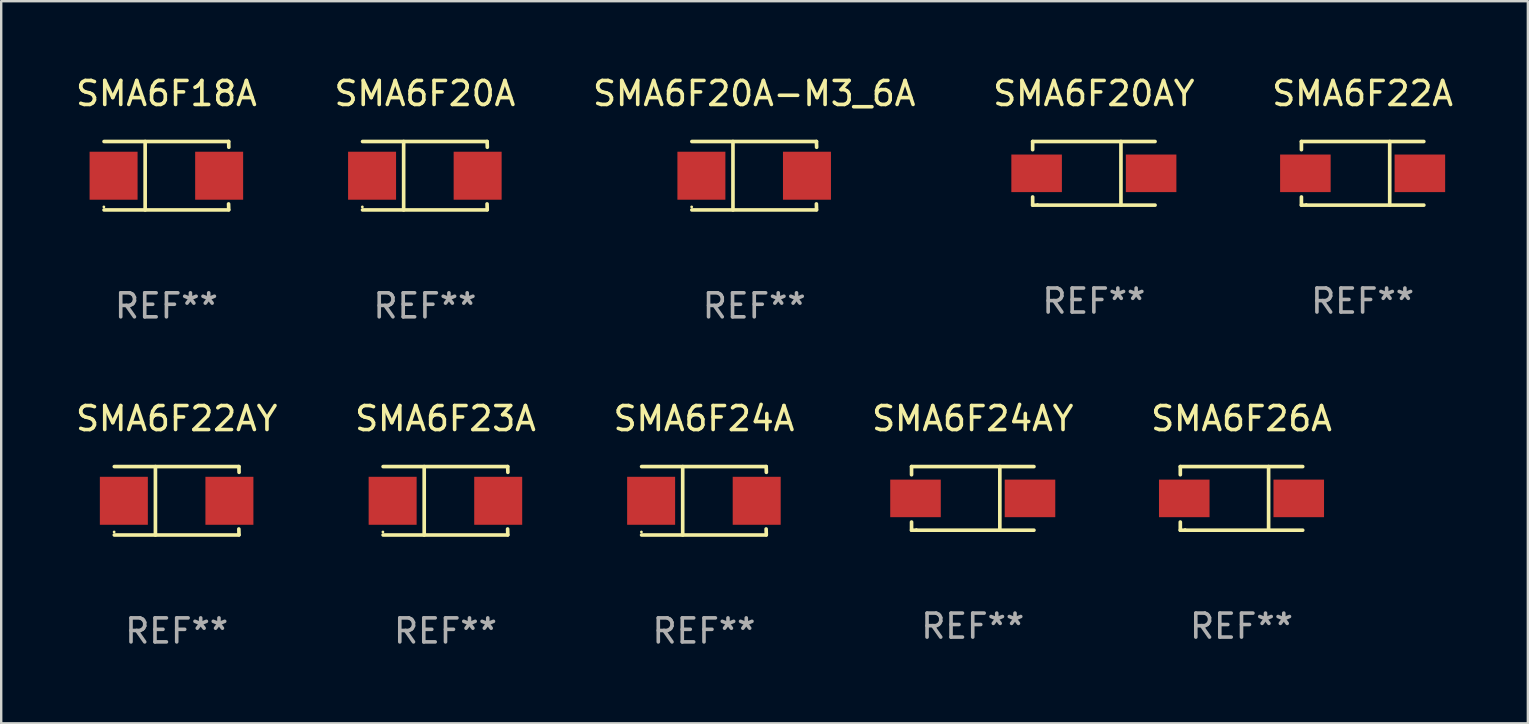
<source format=kicad_pcb>
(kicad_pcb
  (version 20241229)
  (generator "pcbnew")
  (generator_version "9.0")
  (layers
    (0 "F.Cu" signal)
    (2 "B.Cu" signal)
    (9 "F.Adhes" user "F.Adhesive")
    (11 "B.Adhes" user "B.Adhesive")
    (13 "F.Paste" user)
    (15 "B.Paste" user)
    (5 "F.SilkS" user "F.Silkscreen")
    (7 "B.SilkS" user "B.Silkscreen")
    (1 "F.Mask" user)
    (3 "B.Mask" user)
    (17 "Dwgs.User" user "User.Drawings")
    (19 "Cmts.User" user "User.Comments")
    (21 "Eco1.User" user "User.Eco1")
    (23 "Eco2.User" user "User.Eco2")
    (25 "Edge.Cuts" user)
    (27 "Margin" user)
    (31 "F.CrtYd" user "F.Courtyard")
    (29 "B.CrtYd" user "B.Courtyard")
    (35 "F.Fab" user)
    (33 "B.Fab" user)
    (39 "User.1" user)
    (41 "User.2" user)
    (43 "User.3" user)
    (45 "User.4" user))
  (footprint "SMA6F20A-M3_6A"
    (layer "F.Cu")
    (at 28.387 4.274)
    (property "Reference" "SMA6F20A-M3_6A" (at 0 -3.426 0) (layer "F.SilkS") (effects (font (size 1 1) (thickness 0.15))))
    (attr through_hole)
    (fp_line (start -2.6 -1.426) (end 2.593 -1.426) (stroke (width 0.152) (type solid)) (layer "F.SilkS"))
    (fp_line (start -2.6 1.426) (end 2.593 1.426) (stroke (width 0.152) (type solid)) (layer "F.SilkS"))
    (fp_line (start -0.887 -1.426) (end -0.887 1.426) (stroke (width 0.152) (type solid)) (layer "F.SilkS"))
    (fp_line (start 2.59 1.176) (end 2.597 1.415) (stroke (width 0.152) (type solid)) (layer "F.SilkS"))
    (fp_line (start 2.593 -1.426) (end 2.6 -1.187) (stroke (width 0.152) (type solid)) (layer "F.SilkS"))
    (fp_circle (center -2.608 1.3) (end -2.578 1.3) (stroke (width 0.06) (type solid)) (fill no) (layer "F.SilkS"))
    (fp_text user "REF**" (at 0 5.426 0) (layer "F.Fab") (effects (font (size 1 1) (thickness 0.15))))
    (pad "1" smd rect (at -2.203 0 180) (size 2 2) (layers "F.Cu" "F.Mask" "F.Paste"))
    (pad "2" smd rect (at 2.197 0 180) (size 2 2) (layers "F.Cu" "F.Mask" "F.Paste")))
  (footprint "SMA6F24A"
    (layer "F.Cu")
    (at 26.292 17.823)
    (property "Reference" "SMA6F24A" (at 0 -3.426 0) (layer "F.SilkS") (effects (font (size 1 1) (thickness 0.15))))
    (attr through_hole)
    (fp_line (start -2.6 -1.426) (end 2.593 -1.426) (stroke (width 0.152) (type solid)) (layer "F.SilkS"))
    (fp_line (start -2.6 1.426) (end 2.593 1.426) (stroke (width 0.152) (type solid)) (layer "F.SilkS"))
    (fp_line (start -0.887 -1.426) (end -0.887 1.426) (stroke (width 0.152) (type solid)) (layer "F.SilkS"))
    (fp_line (start 2.59 1.176) (end 2.597 1.415) (stroke (width 0.152) (type solid)) (layer "F.SilkS"))
    (fp_line (start 2.593 -1.426) (end 2.6 -1.187) (stroke (width 0.152) (type solid)) (layer "F.SilkS"))
    (fp_circle (center -2.608 1.3) (end -2.578 1.3) (stroke (width 0.06) (type solid)) (fill no) (layer "F.SilkS"))
    (fp_text user "REF**" (at 0 5.426 0) (layer "F.Fab") (effects (font (size 1 1) (thickness 0.15))))
    (pad "1" smd rect (at -2.203 0 180) (size 2 2) (layers "F.Cu" "F.Mask" "F.Paste"))
    (pad "2" smd rect (at 2.197 0 180) (size 2 2) (layers "F.Cu" "F.Mask" "F.Paste")))
  (footprint "SMA6F23A"
    (layer "F.Cu")
    (at 15.518 17.823)
    (property "Reference" "SMA6F23A" (at 0 -3.426 0) (layer "F.SilkS") (effects (font (size 1 1) (thickness 0.15))))
    (attr through_hole)
    (fp_line (start -2.6 -1.426) (end 2.593 -1.426) (stroke (width 0.152) (type solid)) (layer "F.SilkS"))
    (fp_line (start -2.6 1.426) (end 2.593 1.426) (stroke (width 0.152) (type solid)) (layer "F.SilkS"))
    (fp_line (start -0.887 -1.426) (end -0.887 1.426) (stroke (width 0.152) (type solid)) (layer "F.SilkS"))
    (fp_line (start 2.59 1.176) (end 2.597 1.415) (stroke (width 0.152) (type solid)) (layer "F.SilkS"))
    (fp_line (start 2.593 -1.426) (end 2.6 -1.187) (stroke (width 0.152) (type solid)) (layer "F.SilkS"))
    (fp_circle (center -2.608 1.3) (end -2.578 1.3) (stroke (width 0.06) (type solid)) (fill no) (layer "F.SilkS"))
    (fp_text user "REF**" (at 0 5.426 0) (layer "F.Fab") (effects (font (size 1 1) (thickness 0.15))))
    (pad "1" smd rect (at -2.203 0 180) (size 2 2) (layers "F.Cu" "F.Mask" "F.Paste"))
    (pad "2" smd rect (at 2.197 0 180) (size 2 2) (layers "F.Cu" "F.Mask" "F.Paste")))
  (footprint "SMA6F20AY"
    (layer "F.Cu")
    (at 42.542 4.174)
    (property "Reference" "SMA6F20AY" (at 0 -3.326 0) (layer "F.SilkS") (effects (font (size 1 1) (thickness 0.15))))
    (attr through_hole)
    (fp_line (start -2.551 -1.326) (end -2.551 -0.986) (stroke (width 0.152) (type solid)) (layer "F.SilkS"))
    (fp_line (start -2.551 1.326) (end -2.551 0.986) (stroke (width 0.152) (type solid)) (layer "F.SilkS"))
    (fp_line (start 1.129 1.326) (end 1.129 -1.326) (stroke (width 0.152) (type solid)) (layer "F.SilkS"))
    (fp_line (start 2.551 -1.326) (end -2.551 -1.326) (stroke (width 0.152) (type solid)) (layer "F.SilkS"))
    (fp_line (start 2.551 1.326) (end -2.551 1.326) (stroke (width 0.152) (type solid)) (layer "F.SilkS"))
    (fp_circle (center -2.35 1.3) (end -2.32 1.3) (stroke (width 0.06) (type solid)) (fill no) (layer "F.SilkS"))
    (fp_text user "REF**" (at 0 5.326 0) (layer "F.Fab") (effects (font (size 1 1) (thickness 0.15))))
    (pad "1" smd rect (at -2.386 0) (size 2.107 1.566) (layers "F.Cu" "F.Mask" "F.Paste"))
    (pad "2" smd rect (at 2.386 0) (size 2.107 1.566) (layers "F.Cu" "F.Mask" "F.Paste")))
  (footprint "SMA6F22AY"
    (layer "F.Cu")
    (at 4.315 17.823)
    (property "Reference" "SMA6F22AY" (at 0 -3.426 0) (layer "F.SilkS") (effects (font (size 1 1) (thickness 0.15))))
    (attr through_hole)
    (fp_line (start -2.6 -1.426) (end 2.593 -1.426) (stroke (width 0.152) (type solid)) (layer "F.SilkS"))
    (fp_line (start -2.6 1.426) (end 2.593 1.426) (stroke (width 0.152) (type solid)) (layer "F.SilkS"))
    (fp_line (start -0.887 -1.426) (end -0.887 1.426) (stroke (width 0.152) (type solid)) (layer "F.SilkS"))
    (fp_line (start 2.59 1.176) (end 2.597 1.415) (stroke (width 0.152) (type solid)) (layer "F.SilkS"))
    (fp_line (start 2.593 -1.426) (end 2.6 -1.187) (stroke (width 0.152) (type solid)) (layer "F.SilkS"))
    (fp_circle (center -2.608 1.3) (end -2.578 1.3) (stroke (width 0.06) (type solid)) (fill no) (layer "F.SilkS"))
    (fp_text user "REF**" (at 0 5.426 0) (layer "F.Fab") (effects (font (size 1 1) (thickness 0.15))))
    (pad "1" smd rect (at -2.203 0 180) (size 2 2) (layers "F.Cu" "F.Mask" "F.Paste"))
    (pad "2" smd rect (at 2.197 0 180) (size 2 2) (layers "F.Cu" "F.Mask" "F.Paste")))
  (footprint "SMA6F18A"
    (layer "F.Cu")
    (at 3.887 4.274)
    (property "Reference" "SMA6F18A" (at 0 -3.426 0) (layer "F.SilkS") (effects (font (size 1 1) (thickness 0.15))))
    (attr through_hole)
    (fp_line (start -2.6 -1.426) (end 2.593 -1.426) (stroke (width 0.152) (type solid)) (layer "F.SilkS"))
    (fp_line (start -2.6 1.426) (end 2.593 1.426) (stroke (width 0.152) (type solid)) (layer "F.SilkS"))
    (fp_line (start -0.887 -1.426) (end -0.887 1.426) (stroke (width 0.152) (type solid)) (layer "F.SilkS"))
    (fp_line (start 2.59 1.176) (end 2.597 1.415) (stroke (width 0.152) (type solid)) (layer "F.SilkS"))
    (fp_line (start 2.593 -1.426) (end 2.6 -1.187) (stroke (width 0.152) (type solid)) (layer "F.SilkS"))
    (fp_circle (center -2.608 1.3) (end -2.578 1.3) (stroke (width 0.06) (type solid)) (fill no) (layer "F.SilkS"))
    (fp_text user "REF**" (at 0 5.426 0) (layer "F.Fab") (effects (font (size 1 1) (thickness 0.15))))
    (pad "1" smd rect (at -2.203 0 180) (size 2 2) (layers "F.Cu" "F.Mask" "F.Paste"))
    (pad "2" smd rect (at 2.197 0 180) (size 2 2) (layers "F.Cu" "F.Mask" "F.Paste")))
  (footprint "SMA6F22A"
    (layer "F.Cu")
    (at 53.744 4.174)
    (property "Reference" "SMA6F22A" (at 0 -3.326 0) (layer "F.SilkS") (effects (font (size 1 1) (thickness 0.15))))
    (attr through_hole)
    (fp_line (start -2.551 -1.326) (end -2.551 -0.986) (stroke (width 0.152) (type solid)) (layer "F.SilkS"))
    (fp_line (start -2.551 1.326) (end -2.551 0.986) (stroke (width 0.152) (type solid)) (layer "F.SilkS"))
    (fp_line (start 1.129 1.326) (end 1.129 -1.326) (stroke (width 0.152) (type solid)) (layer "F.SilkS"))
    (fp_line (start 2.551 -1.326) (end -2.551 -1.326) (stroke (width 0.152) (type solid)) (layer "F.SilkS"))
    (fp_line (start 2.551 1.326) (end -2.551 1.326) (stroke (width 0.152) (type solid)) (layer "F.SilkS"))
    (fp_circle (center -2.35 1.3) (end -2.32 1.3) (stroke (width 0.06) (type solid)) (fill no) (layer "F.SilkS"))
    (fp_text user "REF**" (at 0 5.326 0) (layer "F.Fab") (effects (font (size 1 1) (thickness 0.15))))
    (pad "1" smd rect (at -2.386 0) (size 2.107 1.566) (layers "F.Cu" "F.Mask" "F.Paste"))
    (pad "2" smd rect (at 2.386 0) (size 2.107 1.566) (layers "F.Cu" "F.Mask" "F.Paste")))
  (footprint "SMA6F24AY"
    (layer "F.Cu")
    (at 37.494 17.723)
    (property "Reference" "SMA6F24AY" (at 0 -3.326 0) (layer "F.SilkS") (effects (font (size 1 1) (thickness 0.15))))
    (attr through_hole)
    (fp_line (start -2.551 -1.326) (end -2.551 -0.986) (stroke (width 0.152) (type solid)) (layer "F.SilkS"))
    (fp_line (start -2.551 1.326) (end -2.551 0.986) (stroke (width 0.152) (type solid)) (layer "F.SilkS"))
    (fp_line (start 1.129 1.326) (end 1.129 -1.326) (stroke (width 0.152) (type solid)) (layer "F.SilkS"))
    (fp_line (start 2.551 -1.326) (end -2.551 -1.326) (stroke (width 0.152) (type solid)) (layer "F.SilkS"))
    (fp_line (start 2.551 1.326) (end -2.551 1.326) (stroke (width 0.152) (type solid)) (layer "F.SilkS"))
    (fp_circle (center -2.35 1.3) (end -2.32 1.3) (stroke (width 0.06) (type solid)) (fill no) (layer "F.SilkS"))
    (fp_text user "REF**" (at 0 5.326 0) (layer "F.Fab") (effects (font (size 1 1) (thickness 0.15))))
    (pad "1" smd rect (at -2.386 0) (size 2.107 1.566) (layers "F.Cu" "F.Mask" "F.Paste"))
    (pad "2" smd rect (at 2.386 0) (size 2.107 1.566) (layers "F.Cu" "F.Mask" "F.Paste")))
  (footprint "SMA6F26A"
    (layer "F.Cu")
    (at 48.696 17.723)
    (property "Reference" "SMA6F26A" (at 0 -3.326 0) (layer "F.SilkS") (effects (font (size 1 1) (thickness 0.15))))
    (attr through_hole)
    (fp_line (start -2.551 -1.326) (end -2.551 -0.986) (stroke (width 0.152) (type solid)) (layer "F.SilkS"))
    (fp_line (start -2.551 1.326) (end -2.551 0.986) (stroke (width 0.152) (type solid)) (layer "F.SilkS"))
    (fp_line (start 1.129 1.326) (end 1.129 -1.326) (stroke (width 0.152) (type solid)) (layer "F.SilkS"))
    (fp_line (start 2.551 -1.326) (end -2.551 -1.326) (stroke (width 0.152) (type solid)) (layer "F.SilkS"))
    (fp_line (start 2.551 1.326) (end -2.551 1.326) (stroke (width 0.152) (type solid)) (layer "F.SilkS"))
    (fp_circle (center -2.35 1.3) (end -2.32 1.3) (stroke (width 0.06) (type solid)) (fill no) (layer "F.SilkS"))
    (fp_text user "REF**" (at 0 5.326 0) (layer "F.Fab") (effects (font (size 1 1) (thickness 0.15))))
    (pad "1" smd rect (at -2.386 0) (size 2.107 1.566) (layers "F.Cu" "F.Mask" "F.Paste"))
    (pad "2" smd rect (at 2.386 0) (size 2.107 1.566) (layers "F.Cu" "F.Mask" "F.Paste")))
  (footprint "SMA6F20A"
    (layer "F.Cu")
    (at 14.661 4.274)
    (property "Reference" "SMA6F20A" (at 0 -3.426 0) (layer "F.SilkS") (effects (font (size 1 1) (thickness 0.15))))
    (attr through_hole)
    (fp_line (start -2.6 -1.426) (end 2.593 -1.426) (stroke (width 0.152) (type solid)) (layer "F.SilkS"))
    (fp_line (start -2.6 1.426) (end 2.593 1.426) (stroke (width 0.152) (type solid)) (layer "F.SilkS"))
    (fp_line (start -0.887 -1.426) (end -0.887 1.426) (stroke (width 0.152) (type solid)) (layer "F.SilkS"))
    (fp_line (start 2.59 1.176) (end 2.597 1.415) (stroke (width 0.152) (type solid)) (layer "F.SilkS"))
    (fp_line (start 2.593 -1.426) (end 2.6 -1.187) (stroke (width 0.152) (type solid)) (layer "F.SilkS"))
    (fp_circle (center -2.608 1.3) (end -2.578 1.3) (stroke (width 0.06) (type solid)) (fill no) (layer "F.SilkS"))
    (fp_text user "REF**" (at 0 5.426 0) (layer "F.Fab") (effects (font (size 1 1) (thickness 0.15))))
    (pad "1" smd rect (at -2.203 0 180) (size 2 2) (layers "F.Cu" "F.Mask" "F.Paste"))
    (pad "2" smd rect (at 2.197 0 180) (size 2 2) (layers "F.Cu" "F.Mask" "F.Paste")))
  (gr_rect
    (start -3 -3)
    (end 60.631 27.098)
    (stroke (width 0.1) (type default))
    (fill no)
    (layer "Edge.Cuts")))
</source>
